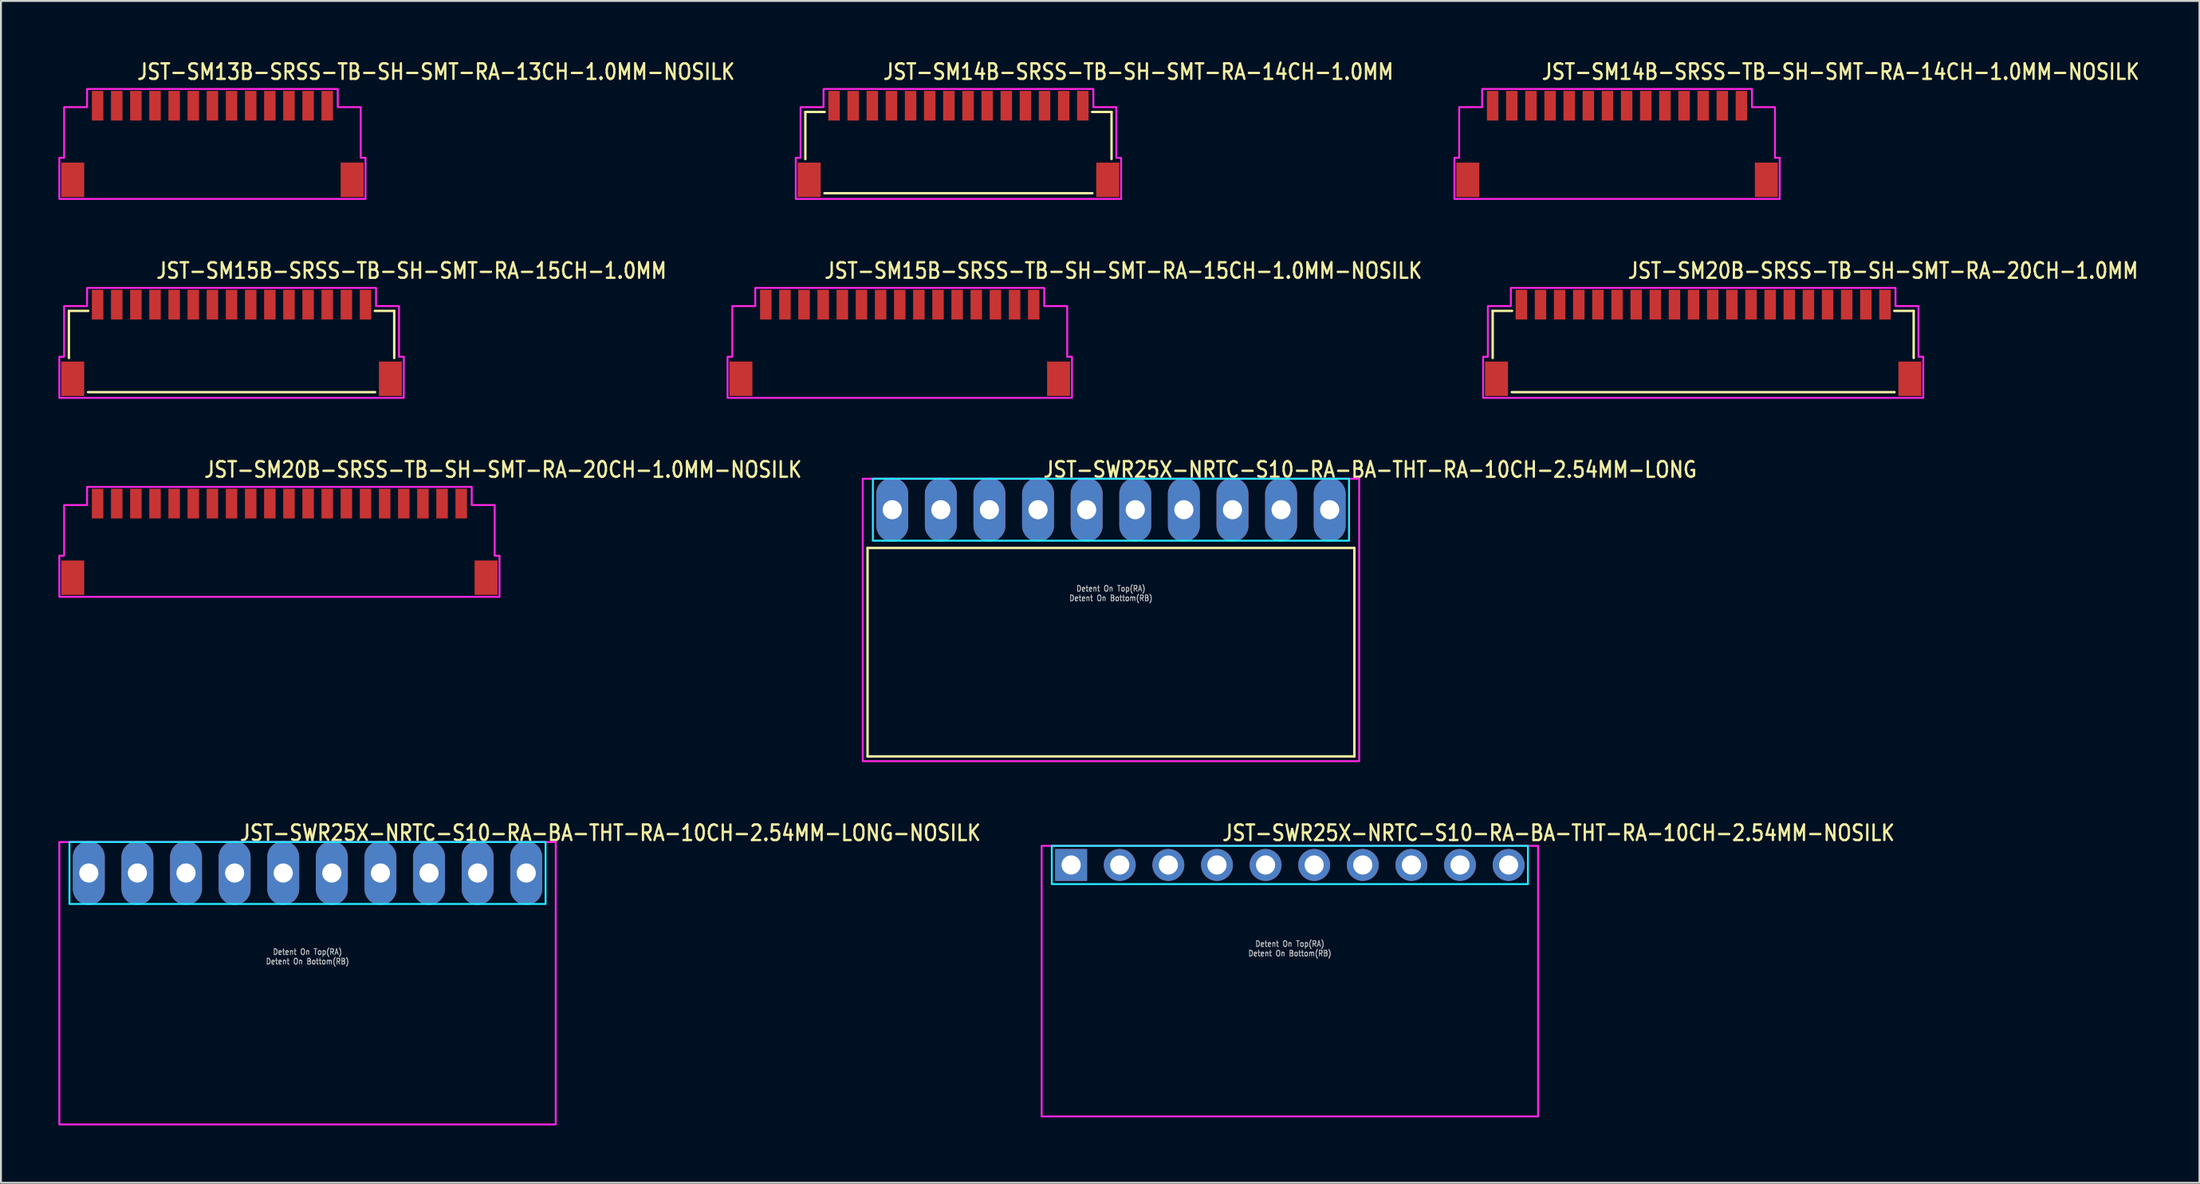
<source format=kicad_pcb>
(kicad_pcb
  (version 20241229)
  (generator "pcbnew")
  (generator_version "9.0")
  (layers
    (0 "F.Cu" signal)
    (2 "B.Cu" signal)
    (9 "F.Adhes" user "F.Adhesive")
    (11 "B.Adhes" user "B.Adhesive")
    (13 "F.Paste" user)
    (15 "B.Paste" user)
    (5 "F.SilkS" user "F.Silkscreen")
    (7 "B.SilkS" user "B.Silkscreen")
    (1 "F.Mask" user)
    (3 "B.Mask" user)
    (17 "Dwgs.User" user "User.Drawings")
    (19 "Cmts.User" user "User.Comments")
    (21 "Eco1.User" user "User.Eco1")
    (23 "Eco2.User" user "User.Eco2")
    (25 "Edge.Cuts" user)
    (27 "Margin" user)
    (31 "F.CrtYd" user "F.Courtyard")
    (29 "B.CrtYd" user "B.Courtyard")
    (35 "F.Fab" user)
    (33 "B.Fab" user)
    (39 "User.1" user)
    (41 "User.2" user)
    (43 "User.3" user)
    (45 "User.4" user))
  (footprint "JST-SM20B-SRSS-TB-SH-SMT-RA-20CH-1.0MM"
    (layer "F.Cu")
    (at 85.949 14.882)
    (property "Reference" "JST-SM20B-SRSS-TB-SH-SMT-RA-20CH-1.0MM" (at -4 -3.3 0) (unlocked yes) (layer "F.SilkS") (effects (font (size 0.813 0.695) (thickness 0.122)) (justify left bottom)))
    (fp_line (start -11 -1.675) (end -9.986 -1.675) (stroke (width 0.127) (type solid)) (layer "F.SilkS"))
    (fp_line (start -11 0.788) (end -11 -1.675) (stroke (width 0.127) (type solid)) (layer "F.SilkS"))
    (fp_line (start -10 2.575) (end 10 2.575) (stroke (width 0.127) (type solid)) (layer "F.SilkS"))
    (fp_line (start 9.986 -1.675) (end 11 -1.675) (stroke (width 0.127) (type solid)) (layer "F.SilkS"))
    (fp_line (start 11 -1.675) (end 11 0.788) (stroke (width 0.127) (type solid)) (layer "F.SilkS"))
    (fp_poly (pts (xy -11.5 2.875) (xy -11.5 0.725) (xy -11.25 0.725) (xy -11.25 -1.925) (xy -10.05 -1.925) (xy -10.05 -2.875) (xy 10.05 -2.875) (xy 10.05 -1.925) (xy 11.25 -1.925) (xy 11.25 0.725) (xy 11.5 0.725) (xy 11.5 2.875)) (stroke (width 0.1) (type solid)) (fill no) (layer "F.CrtYd"))
    (pad "1" smd rect (at -9.5 -2) (size 0.6 1.55) (layers "F.Cu" "F.Mask" "F.Paste"))
    (pad "2" smd rect (at -8.5 -2) (size 0.6 1.55) (layers "F.Cu" "F.Mask" "F.Paste"))
    (pad "3" smd rect (at -7.5 -2) (size 0.6 1.55) (layers "F.Cu" "F.Mask" "F.Paste"))
    (pad "4" smd rect (at -6.5 -2) (size 0.6 1.55) (layers "F.Cu" "F.Mask" "F.Paste"))
    (pad "5" smd rect (at -5.5 -2) (size 0.6 1.55) (layers "F.Cu" "F.Mask" "F.Paste"))
    (pad "6" smd rect (at -4.5 -2) (size 0.6 1.55) (layers "F.Cu" "F.Mask" "F.Paste"))
    (pad "7" smd rect (at -3.5 -2) (size 0.6 1.55) (layers "F.Cu" "F.Mask" "F.Paste"))
    (pad "8" smd rect (at -2.5 -2) (size 0.6 1.55) (layers "F.Cu" "F.Mask" "F.Paste"))
    (pad "9" smd rect (at -1.5 -2) (size 0.6 1.55) (layers "F.Cu" "F.Mask" "F.Paste"))
    (pad "10" smd rect (at -0.5 -2) (size 0.6 1.55) (layers "F.Cu" "F.Mask" "F.Paste"))
    (pad "11" smd rect (at 0.5 -2) (size 0.6 1.55) (layers "F.Cu" "F.Mask" "F.Paste"))
    (pad "12" smd rect (at 1.5 -2) (size 0.6 1.55) (layers "F.Cu" "F.Mask" "F.Paste"))
    (pad "13" smd rect (at 2.5 -2) (size 0.6 1.55) (layers "F.Cu" "F.Mask" "F.Paste"))
    (pad "14" smd rect (at 3.5 -2) (size 0.6 1.55) (layers "F.Cu" "F.Mask" "F.Paste"))
    (pad "15" smd rect (at 4.5 -2) (size 0.6 1.55) (layers "F.Cu" "F.Mask" "F.Paste"))
    (pad "16" smd rect (at 5.5 -2) (size 0.6 1.55) (layers "F.Cu" "F.Mask" "F.Paste"))
    (pad "17" smd rect (at 6.5 -2) (size 0.6 1.55) (layers "F.Cu" "F.Mask" "F.Paste"))
    (pad "18" smd rect (at 7.5 -2) (size 0.6 1.55) (layers "F.Cu" "F.Mask" "F.Paste"))
    (pad "19" smd rect (at 8.5 -2) (size 0.6 1.55) (layers "F.Cu" "F.Mask" "F.Paste"))
    (pad "20" smd rect (at 9.5 -2) (size 0.6 1.55) (layers "F.Cu" "F.Mask" "F.Paste"))
    (pad "S_15" smd rect (at -10.8 1.875) (size 1.2 1.8) (layers "F.Cu" "F.Mask" "F.Paste"))
    (pad "S_16" smd rect (at 10.8 1.875) (size 1.2 1.8) (layers "F.Cu" "F.Mask" "F.Paste")))
  (footprint "JST-SM14B-SRSS-TB-SH-SMT-RA-14CH-1.0MM-NOSILK"
    (layer "F.Cu")
    (at 81.449 4.479)
    (property "Reference" "JST-SM14B-SRSS-TB-SH-SMT-RA-14CH-1.0MM-NOSILK" (at -4 -3.3 0) (unlocked yes) (layer "F.SilkS") (effects (font (size 0.813 0.695) (thickness 0.122)) (justify left bottom)))
    (fp_poly (pts (xy -8.5 2.875) (xy -8.5 0.725) (xy -8.25 0.725) (xy -8.25 -1.925) (xy -7.05 -1.925) (xy -7.05 -2.875) (xy 7.05 -2.875) (xy 7.05 -1.925) (xy 8.25 -1.925) (xy 8.25 0.725) (xy 8.5 0.725) (xy 8.5 2.875)) (stroke (width 0.1) (type solid)) (fill no) (layer "F.CrtYd"))
    (pad "1" smd rect (at -6.5 -2) (size 0.6 1.55) (layers "F.Cu" "F.Mask" "F.Paste"))
    (pad "2" smd rect (at -5.5 -2) (size 0.6 1.55) (layers "F.Cu" "F.Mask" "F.Paste"))
    (pad "3" smd rect (at -4.5 -2) (size 0.6 1.55) (layers "F.Cu" "F.Mask" "F.Paste"))
    (pad "4" smd rect (at -3.5 -2) (size 0.6 1.55) (layers "F.Cu" "F.Mask" "F.Paste"))
    (pad "5" smd rect (at -2.5 -2) (size 0.6 1.55) (layers "F.Cu" "F.Mask" "F.Paste"))
    (pad "6" smd rect (at -1.5 -2) (size 0.6 1.55) (layers "F.Cu" "F.Mask" "F.Paste"))
    (pad "7" smd rect (at -0.5 -2) (size 0.6 1.55) (layers "F.Cu" "F.Mask" "F.Paste"))
    (pad "8" smd rect (at 0.5 -2) (size 0.6 1.55) (layers "F.Cu" "F.Mask" "F.Paste"))
    (pad "9" smd rect (at 1.5 -2) (size 0.6 1.55) (layers "F.Cu" "F.Mask" "F.Paste"))
    (pad "10" smd rect (at 2.5 -2) (size 0.6 1.55) (layers "F.Cu" "F.Mask" "F.Paste"))
    (pad "11" smd rect (at 3.5 -2) (size 0.6 1.55) (layers "F.Cu" "F.Mask" "F.Paste"))
    (pad "12" smd rect (at 4.5 -2) (size 0.6 1.55) (layers "F.Cu" "F.Mask" "F.Paste"))
    (pad "13" smd rect (at 5.5 -2) (size 0.6 1.55) (layers "F.Cu" "F.Mask" "F.Paste"))
    (pad "14" smd rect (at 6.5 -2) (size 0.6 1.55) (layers "F.Cu" "F.Mask" "F.Paste"))
    (pad "S_14" smd rect (at -7.8 1.875) (size 1.2 1.8) (layers "F.Cu" "F.Mask" "F.Paste"))
    (pad "S_15" smd rect (at 7.8 1.875) (size 1.2 1.8) (layers "F.Cu" "F.Mask" "F.Paste")))
  (footprint "JST-SM20B-SRSS-TB-SH-SMT-RA-20CH-1.0MM-NOSILK"
    (layer "F.Cu")
    (at 11.55 25.286)
    (property "Reference" "JST-SM20B-SRSS-TB-SH-SMT-RA-20CH-1.0MM-NOSILK" (at -4 -3.3 0) (unlocked yes) (layer "F.SilkS") (effects (font (size 0.813 0.695) (thickness 0.122)) (justify left bottom)))
    (fp_poly (pts (xy -11.5 2.875) (xy -11.5 0.725) (xy -11.25 0.725) (xy -11.25 -1.925) (xy -10.05 -1.925) (xy -10.05 -2.875) (xy 10.05 -2.875) (xy 10.05 -1.925) (xy 11.25 -1.925) (xy 11.25 0.725) (xy 11.5 0.725) (xy 11.5 2.875)) (stroke (width 0.1) (type solid)) (fill no) (layer "F.CrtYd"))
    (pad "1" smd rect (at -9.5 -2) (size 0.6 1.55) (layers "F.Cu" "F.Mask" "F.Paste"))
    (pad "2" smd rect (at -8.5 -2) (size 0.6 1.55) (layers "F.Cu" "F.Mask" "F.Paste"))
    (pad "3" smd rect (at -7.5 -2) (size 0.6 1.55) (layers "F.Cu" "F.Mask" "F.Paste"))
    (pad "4" smd rect (at -6.5 -2) (size 0.6 1.55) (layers "F.Cu" "F.Mask" "F.Paste"))
    (pad "5" smd rect (at -5.5 -2) (size 0.6 1.55) (layers "F.Cu" "F.Mask" "F.Paste"))
    (pad "6" smd rect (at -4.5 -2) (size 0.6 1.55) (layers "F.Cu" "F.Mask" "F.Paste"))
    (pad "7" smd rect (at -3.5 -2) (size 0.6 1.55) (layers "F.Cu" "F.Mask" "F.Paste"))
    (pad "8" smd rect (at -2.5 -2) (size 0.6 1.55) (layers "F.Cu" "F.Mask" "F.Paste"))
    (pad "9" smd rect (at -1.5 -2) (size 0.6 1.55) (layers "F.Cu" "F.Mask" "F.Paste"))
    (pad "10" smd rect (at -0.5 -2) (size 0.6 1.55) (layers "F.Cu" "F.Mask" "F.Paste"))
    (pad "11" smd rect (at 0.5 -2) (size 0.6 1.55) (layers "F.Cu" "F.Mask" "F.Paste"))
    (pad "12" smd rect (at 1.5 -2) (size 0.6 1.55) (layers "F.Cu" "F.Mask" "F.Paste"))
    (pad "13" smd rect (at 2.5 -2) (size 0.6 1.55) (layers "F.Cu" "F.Mask" "F.Paste"))
    (pad "14" smd rect (at 3.5 -2) (size 0.6 1.55) (layers "F.Cu" "F.Mask" "F.Paste"))
    (pad "15" smd rect (at 4.5 -2) (size 0.6 1.55) (layers "F.Cu" "F.Mask" "F.Paste"))
    (pad "16" smd rect (at 5.5 -2) (size 0.6 1.55) (layers "F.Cu" "F.Mask" "F.Paste"))
    (pad "17" smd rect (at 6.5 -2) (size 0.6 1.55) (layers "F.Cu" "F.Mask" "F.Paste"))
    (pad "18" smd rect (at 7.5 -2) (size 0.6 1.55) (layers "F.Cu" "F.Mask" "F.Paste"))
    (pad "19" smd rect (at 8.5 -2) (size 0.6 1.55) (layers "F.Cu" "F.Mask" "F.Paste"))
    (pad "20" smd rect (at 9.5 -2) (size 0.6 1.55) (layers "F.Cu" "F.Mask" "F.Paste"))
    (pad "S_20" smd rect (at -10.8 1.875) (size 1.2 1.8) (layers "F.Cu" "F.Mask" "F.Paste"))
    (pad "S_21" smd rect (at 10.8 1.875) (size 1.2 1.8) (layers "F.Cu" "F.Mask" "F.Paste")))
  (footprint "JST-SM13B-SRSS-TB-SH-SMT-RA-13CH-1.0MM-NOSILK"
    (layer "F.Cu")
    (at 8.05 4.479)
    (property "Reference" "JST-SM13B-SRSS-TB-SH-SMT-RA-13CH-1.0MM-NOSILK" (at -4 -3.3 0) (unlocked yes) (layer "F.SilkS") (effects (font (size 0.813 0.695) (thickness 0.122)) (justify left bottom)))
    (fp_poly (pts (xy -8 2.875) (xy -8 0.725) (xy -7.75 0.725) (xy -7.75 -1.925) (xy -6.55 -1.925) (xy -6.55 -2.875) (xy 6.55 -2.875) (xy 6.55 -1.925) (xy 7.75 -1.925) (xy 7.75 0.725) (xy 8 0.725) (xy 8 2.875)) (stroke (width 0.1) (type solid)) (fill no) (layer "F.CrtYd"))
    (pad "1" smd rect (at -6 -2) (size 0.6 1.55) (layers "F.Cu" "F.Mask" "F.Paste"))
    (pad "2" smd rect (at -5 -2) (size 0.6 1.55) (layers "F.Cu" "F.Mask" "F.Paste"))
    (pad "3" smd rect (at -4 -2) (size 0.6 1.55) (layers "F.Cu" "F.Mask" "F.Paste"))
    (pad "4" smd rect (at -3 -2) (size 0.6 1.55) (layers "F.Cu" "F.Mask" "F.Paste"))
    (pad "5" smd rect (at -2 -2) (size 0.6 1.55) (layers "F.Cu" "F.Mask" "F.Paste"))
    (pad "6" smd rect (at -1 -2) (size 0.6 1.55) (layers "F.Cu" "F.Mask" "F.Paste"))
    (pad "7" smd rect (at 0 -2) (size 0.6 1.55) (layers "F.Cu" "F.Mask" "F.Paste"))
    (pad "8" smd rect (at 1 -2) (size 0.6 1.55) (layers "F.Cu" "F.Mask" "F.Paste"))
    (pad "9" smd rect (at 2 -2) (size 0.6 1.55) (layers "F.Cu" "F.Mask" "F.Paste"))
    (pad "10" smd rect (at 3 -2) (size 0.6 1.55) (layers "F.Cu" "F.Mask" "F.Paste"))
    (pad "11" smd rect (at 4 -2) (size 0.6 1.55) (layers "F.Cu" "F.Mask" "F.Paste"))
    (pad "12" smd rect (at 5 -2) (size 0.6 1.55) (layers "F.Cu" "F.Mask" "F.Paste"))
    (pad "13" smd rect (at 6 -2) (size 0.6 1.55) (layers "F.Cu" "F.Mask" "F.Paste"))
    (pad "S_13" smd rect (at -7.3 1.875) (size 1.2 1.8) (layers "F.Cu" "F.Mask" "F.Paste"))
    (pad "S_14" smd rect (at 7.3 1.875) (size 1.2 1.8) (layers "F.Cu" "F.Mask" "F.Paste")))
  (footprint "JST-SWR25X-NRTC-S10-RA-BA-THT-RA-10CH-2.54MM-LONG"
    (layer "F.Cu")
    (at 55.003 23.606)
    (property "Reference" "JST-SWR25X-NRTC-S10-RA-BA-THT-RA-10CH-2.54MM-LONG" (at -3.6 -1.62 0) (unlocked yes) (layer "F.SilkS") (effects (font (size 0.813 0.695) (thickness 0.122)) (justify left bottom)))
    (fp_line (start -12.72 2) (end 12.72 2) (stroke (width 0.127) (type solid)) (layer "F.SilkS"))
    (fp_line (start -12.72 12.9) (end -12.72 2) (stroke (width 0.127) (type solid)) (layer "F.SilkS"))
    (fp_line (start -12.72 12.9) (end 12.72 12.9) (stroke (width 0.127) (type solid)) (layer "F.SilkS"))
    (fp_line (start 12.72 2) (end 12.72 12.9) (stroke (width 0.127) (type solid)) (layer "F.SilkS"))
    (fp_poly (pts (xy -12.44 -1.62) (xy -12.44 1.62) (xy 12.44 1.62) (xy 12.44 -1.62)) (stroke (width 0.1) (type solid)) (fill no) (layer "B.CrtYd"))
    (fp_poly (pts (xy -12.97 -1.62) (xy -12.97 13.15) (xy 12.97 13.15) (xy 12.97 -1.62)) (stroke (width 0.1) (type solid)) (fill no) (layer "F.CrtYd"))
    (fp_text user "Detent On Bottom(RB)" (at 0 4.8 0) (unlocked yes) (layer "Dwgs.User") (effects (font (size 0.3 0.257) (thickness 0.045)) (justify bottom)))
    (fp_text user "Detent On Top(RA)" (at 0 4.3 0) (unlocked yes) (layer "Dwgs.User") (effects (font (size 0.3 0.257) (thickness 0.045)) (justify bottom)))
    (pad "1" thru_hole oval (at -11.43 0 90) (size 3.333 1.667) (drill 1) (layers "*.Cu" "*.Mask"))
    (pad "2" thru_hole oval (at -8.89 0 90) (size 3.333 1.667) (drill 1) (layers "*.Cu" "*.Mask"))
    (pad "3" thru_hole oval (at -6.35 0 90) (size 3.333 1.667) (drill 1) (layers "*.Cu" "*.Mask"))
    (pad "4" thru_hole oval (at -3.81 0 90) (size 3.333 1.667) (drill 1) (layers "*.Cu" "*.Mask"))
    (pad "5" thru_hole oval (at -1.27 0 90) (size 3.333 1.667) (drill 1) (layers "*.Cu" "*.Mask"))
    (pad "6" thru_hole oval (at 1.27 0 90) (size 3.333 1.667) (drill 1) (layers "*.Cu" "*.Mask"))
    (pad "7" thru_hole oval (at 3.81 0 90) (size 3.333 1.667) (drill 1) (layers "*.Cu" "*.Mask"))
    (pad "8" thru_hole oval (at 6.35 0 90) (size 3.333 1.667) (drill 1) (layers "*.Cu" "*.Mask"))
    (pad "9" thru_hole oval (at 8.89 0 90) (size 3.333 1.667) (drill 1) (layers "*.Cu" "*.Mask"))
    (pad "10" thru_hole oval (at 11.43 0 90) (size 3.333 1.667) (drill 1) (layers "*.Cu" "*.Mask")))
  (footprint "JST-SWR25X-NRTC-S10-RA-BA-THT-RA-10CH-2.54MM-LONG-NOSILK"
    (layer "F.Cu")
    (at 13.02 42.604)
    (property "Reference" "JST-SWR25X-NRTC-S10-RA-BA-THT-RA-10CH-2.54MM-LONG-NOSILK" (at -3.6 -1.62 0) (unlocked yes) (layer "F.SilkS") (effects (font (size 0.813 0.695) (thickness 0.122)) (justify left bottom)))
    (fp_poly (pts (xy -12.44 -1.62) (xy -12.44 1.62) (xy 12.44 1.62) (xy 12.44 -1.62)) (stroke (width 0.1) (type solid)) (fill no) (layer "B.CrtYd"))
    (fp_poly (pts (xy -12.97 -1.62) (xy -12.97 13.15) (xy 12.97 13.15) (xy 12.97 -1.62)) (stroke (width 0.1) (type solid)) (fill no) (layer "F.CrtYd"))
    (fp_text user "Detent On Bottom(RB)" (at 0 4.8 0) (unlocked yes) (layer "Dwgs.User") (effects (font (size 0.3 0.257) (thickness 0.045)) (justify bottom)))
    (fp_text user "Detent On Top(RA)" (at 0 4.3 0) (unlocked yes) (layer "Dwgs.User") (effects (font (size 0.3 0.257) (thickness 0.045)) (justify bottom)))
    (pad "1" thru_hole oval (at -11.43 0 90) (size 3.333 1.667) (drill 1) (layers "*.Cu" "*.Mask"))
    (pad "2" thru_hole oval (at -8.89 0 90) (size 3.333 1.667) (drill 1) (layers "*.Cu" "*.Mask"))
    (pad "3" thru_hole oval (at -6.35 0 90) (size 3.333 1.667) (drill 1) (layers "*.Cu" "*.Mask"))
    (pad "4" thru_hole oval (at -3.81 0 90) (size 3.333 1.667) (drill 1) (layers "*.Cu" "*.Mask"))
    (pad "5" thru_hole oval (at -1.27 0 90) (size 3.333 1.667) (drill 1) (layers "*.Cu" "*.Mask"))
    (pad "6" thru_hole oval (at 1.27 0 90) (size 3.333 1.667) (drill 1) (layers "*.Cu" "*.Mask"))
    (pad "7" thru_hole oval (at 3.81 0 90) (size 3.333 1.667) (drill 1) (layers "*.Cu" "*.Mask"))
    (pad "8" thru_hole oval (at 6.35 0 90) (size 3.333 1.667) (drill 1) (layers "*.Cu" "*.Mask"))
    (pad "9" thru_hole oval (at 8.89 0 90) (size 3.333 1.667) (drill 1) (layers "*.Cu" "*.Mask"))
    (pad "10" thru_hole oval (at 11.43 0 90) (size 3.333 1.667) (drill 1) (layers "*.Cu" "*.Mask")))
  (footprint "JST-SWR25X-NRTC-S10-RA-BA-THT-RA-10CH-2.54MM-NOSILK"
    (layer "F.Cu")
    (at 64.352 42.184)
    (property "Reference" "JST-SWR25X-NRTC-S10-RA-BA-THT-RA-10CH-2.54MM-NOSILK" (at -3.6 -1.2 0) (unlocked yes) (layer "F.SilkS") (effects (font (size 0.813 0.695) (thickness 0.122)) (justify left bottom)))
    (fp_poly (pts (xy -12.44 -1) (xy -12.44 1) (xy 12.44 1) (xy 12.44 -1)) (stroke (width 0.1) (type solid)) (fill no) (layer "B.CrtYd"))
    (fp_poly (pts (xy -12.97 -1) (xy -12.97 13.15) (xy 12.97 13.15) (xy 12.97 -1)) (stroke (width 0.1) (type solid)) (fill no) (layer "F.CrtYd"))
    (fp_text user "Detent On Top(RA)" (at 0 4.3 0) (unlocked yes) (layer "Dwgs.User") (effects (font (size 0.3 0.257) (thickness 0.045)) (justify bottom)))
    (fp_text user "Detent On Bottom(RB)" (at 0 4.8 0) (unlocked yes) (layer "Dwgs.User") (effects (font (size 0.3 0.257) (thickness 0.045)) (justify bottom)))
    (pad "1" thru_hole rect (at -11.43 0) (size 1.667 1.667) (drill 1) (layers "*.Cu" "*.Mask"))
    (pad "2" thru_hole oval (at -8.89 0) (size 1.667 1.667) (drill 1) (layers "*.Cu" "*.Mask"))
    (pad "3" thru_hole oval (at -6.35 0) (size 1.667 1.667) (drill 1) (layers "*.Cu" "*.Mask"))
    (pad "4" thru_hole oval (at -3.81 0) (size 1.667 1.667) (drill 1) (layers "*.Cu" "*.Mask"))
    (pad "5" thru_hole oval (at -1.27 0) (size 1.667 1.667) (drill 1) (layers "*.Cu" "*.Mask"))
    (pad "6" thru_hole oval (at 1.27 0) (size 1.667 1.667) (drill 1) (layers "*.Cu" "*.Mask"))
    (pad "7" thru_hole oval (at 3.81 0) (size 1.667 1.667) (drill 1) (layers "*.Cu" "*.Mask"))
    (pad "8" thru_hole oval (at 6.35 0) (size 1.667 1.667) (drill 1) (layers "*.Cu" "*.Mask"))
    (pad "9" thru_hole oval (at 8.89 0) (size 1.667 1.667) (drill 1) (layers "*.Cu" "*.Mask"))
    (pad "10" thru_hole oval (at 11.43 0) (size 1.667 1.667) (drill 1) (layers "*.Cu" "*.Mask")))
  (footprint "JST-SM14B-SRSS-TB-SH-SMT-RA-14CH-1.0MM"
    (layer "F.Cu")
    (at 47.033 4.479)
    (property "Reference" "JST-SM14B-SRSS-TB-SH-SMT-RA-14CH-1.0MM" (at -4 -3.3 0) (unlocked yes) (layer "F.SilkS") (effects (font (size 0.813 0.695) (thickness 0.122)) (justify left bottom)))
    (fp_line (start -8 -1.675) (end -6.987 -1.675) (stroke (width 0.127) (type solid)) (layer "F.SilkS"))
    (fp_line (start -8 0.788) (end -8 -1.675) (stroke (width 0.127) (type solid)) (layer "F.SilkS"))
    (fp_line (start -7 2.575) (end 7 2.575) (stroke (width 0.127) (type solid)) (layer "F.SilkS"))
    (fp_line (start 6.987 -1.675) (end 8 -1.675) (stroke (width 0.127) (type solid)) (layer "F.SilkS"))
    (fp_line (start 8 -1.675) (end 8 0.788) (stroke (width 0.127) (type solid)) (layer "F.SilkS"))
    (fp_poly (pts (xy -8.5 2.875) (xy -8.5 0.725) (xy -8.25 0.725) (xy -8.25 -1.925) (xy -7.05 -1.925) (xy -7.05 -2.875) (xy 7.05 -2.875) (xy 7.05 -1.925) (xy 8.25 -1.925) (xy 8.25 0.725) (xy 8.5 0.725) (xy 8.5 2.875)) (stroke (width 0.1) (type solid)) (fill no) (layer "F.CrtYd"))
    (pad "1" smd rect (at -6.5 -2) (size 0.6 1.55) (layers "F.Cu" "F.Mask" "F.Paste"))
    (pad "2" smd rect (at -5.5 -2) (size 0.6 1.55) (layers "F.Cu" "F.Mask" "F.Paste"))
    (pad "3" smd rect (at -4.5 -2) (size 0.6 1.55) (layers "F.Cu" "F.Mask" "F.Paste"))
    (pad "4" smd rect (at -3.5 -2) (size 0.6 1.55) (layers "F.Cu" "F.Mask" "F.Paste"))
    (pad "5" smd rect (at -2.5 -2) (size 0.6 1.55) (layers "F.Cu" "F.Mask" "F.Paste"))
    (pad "6" smd rect (at -1.5 -2) (size 0.6 1.55) (layers "F.Cu" "F.Mask" "F.Paste"))
    (pad "7" smd rect (at -0.5 -2) (size 0.6 1.55) (layers "F.Cu" "F.Mask" "F.Paste"))
    (pad "8" smd rect (at 0.5 -2) (size 0.6 1.55) (layers "F.Cu" "F.Mask" "F.Paste"))
    (pad "9" smd rect (at 1.5 -2) (size 0.6 1.55) (layers "F.Cu" "F.Mask" "F.Paste"))
    (pad "10" smd rect (at 2.5 -2) (size 0.6 1.55) (layers "F.Cu" "F.Mask" "F.Paste"))
    (pad "11" smd rect (at 3.5 -2) (size 0.6 1.55) (layers "F.Cu" "F.Mask" "F.Paste"))
    (pad "12" smd rect (at 4.5 -2) (size 0.6 1.55) (layers "F.Cu" "F.Mask" "F.Paste"))
    (pad "13" smd rect (at 5.5 -2) (size 0.6 1.55) (layers "F.Cu" "F.Mask" "F.Paste"))
    (pad "14" smd rect (at 6.5 -2) (size 0.6 1.55) (layers "F.Cu" "F.Mask" "F.Paste"))
    (pad "S_13" smd rect (at -7.8 1.875) (size 1.2 1.8) (layers "F.Cu" "F.Mask" "F.Paste"))
    (pad "S_14" smd rect (at 7.8 1.875) (size 1.2 1.8) (layers "F.Cu" "F.Mask" "F.Paste")))
  (footprint "JST-SM15B-SRSS-TB-SH-SMT-RA-15CH-1.0MM"
    (layer "F.Cu")
    (at 9.05 14.882)
    (property "Reference" "JST-SM15B-SRSS-TB-SH-SMT-RA-15CH-1.0MM" (at -4 -3.3 0) (unlocked yes) (layer "F.SilkS") (effects (font (size 0.813 0.695) (thickness 0.122)) (justify left bottom)))
    (fp_line (start -8.5 -1.675) (end -7.487 -1.675) (stroke (width 0.127) (type solid)) (layer "F.SilkS"))
    (fp_line (start -8.5 0.788) (end -8.5 -1.675) (stroke (width 0.127) (type solid)) (layer "F.SilkS"))
    (fp_line (start -7.5 2.575) (end 7.5 2.575) (stroke (width 0.127) (type solid)) (layer "F.SilkS"))
    (fp_line (start 7.487 -1.675) (end 8.5 -1.675) (stroke (width 0.127) (type solid)) (layer "F.SilkS"))
    (fp_line (start 8.5 -1.675) (end 8.5 0.788) (stroke (width 0.127) (type solid)) (layer "F.SilkS"))
    (fp_poly (pts (xy -9 2.875) (xy -9 0.725) (xy -8.75 0.725) (xy -8.75 -1.925) (xy -7.55 -1.925) (xy -7.55 -2.875) (xy 7.55 -2.875) (xy 7.55 -1.925) (xy 8.75 -1.925) (xy 8.75 0.725) (xy 9 0.725) (xy 9 2.875)) (stroke (width 0.1) (type solid)) (fill no) (layer "F.CrtYd"))
    (pad "1" smd rect (at -7 -2) (size 0.6 1.55) (layers "F.Cu" "F.Mask" "F.Paste"))
    (pad "2" smd rect (at -6 -2) (size 0.6 1.55) (layers "F.Cu" "F.Mask" "F.Paste"))
    (pad "3" smd rect (at -5 -2) (size 0.6 1.55) (layers "F.Cu" "F.Mask" "F.Paste"))
    (pad "4" smd rect (at -4 -2) (size 0.6 1.55) (layers "F.Cu" "F.Mask" "F.Paste"))
    (pad "5" smd rect (at -3 -2) (size 0.6 1.55) (layers "F.Cu" "F.Mask" "F.Paste"))
    (pad "6" smd rect (at -2 -2) (size 0.6 1.55) (layers "F.Cu" "F.Mask" "F.Paste"))
    (pad "7" smd rect (at -1 -2) (size 0.6 1.55) (layers "F.Cu" "F.Mask" "F.Paste"))
    (pad "8" smd rect (at 0 -2) (size 0.6 1.55) (layers "F.Cu" "F.Mask" "F.Paste"))
    (pad "9" smd rect (at 1 -2) (size 0.6 1.55) (layers "F.Cu" "F.Mask" "F.Paste"))
    (pad "10" smd rect (at 2 -2) (size 0.6 1.55) (layers "F.Cu" "F.Mask" "F.Paste"))
    (pad "11" smd rect (at 3 -2) (size 0.6 1.55) (layers "F.Cu" "F.Mask" "F.Paste"))
    (pad "12" smd rect (at 4 -2) (size 0.6 1.55) (layers "F.Cu" "F.Mask" "F.Paste"))
    (pad "13" smd rect (at 5 -2) (size 0.6 1.55) (layers "F.Cu" "F.Mask" "F.Paste"))
    (pad "14" smd rect (at 6 -2) (size 0.6 1.55) (layers "F.Cu" "F.Mask" "F.Paste"))
    (pad "15" smd rect (at 7 -2) (size 0.6 1.55) (layers "F.Cu" "F.Mask" "F.Paste"))
    (pad "S_14" smd rect (at -8.3 1.875) (size 1.2 1.8) (layers "F.Cu" "F.Mask" "F.Paste"))
    (pad "S_15" smd rect (at 8.3 1.875) (size 1.2 1.8) (layers "F.Cu" "F.Mask" "F.Paste")))
  (footprint "JST-SM15B-SRSS-TB-SH-SMT-RA-15CH-1.0MM-NOSILK"
    (layer "F.Cu")
    (at 43.966 14.882)
    (property "Reference" "JST-SM15B-SRSS-TB-SH-SMT-RA-15CH-1.0MM-NOSILK" (at -4 -3.3 0) (unlocked yes) (layer "F.SilkS") (effects (font (size 0.813 0.695) (thickness 0.122)) (justify left bottom)))
    (fp_poly (pts (xy -9 2.875) (xy -9 0.725) (xy -8.75 0.725) (xy -8.75 -1.925) (xy -7.55 -1.925) (xy -7.55 -2.875) (xy 7.55 -2.875) (xy 7.55 -1.925) (xy 8.75 -1.925) (xy 8.75 0.725) (xy 9 0.725) (xy 9 2.875)) (stroke (width 0.1) (type solid)) (fill no) (layer "F.CrtYd"))
    (pad "1" smd rect (at -7 -2) (size 0.6 1.55) (layers "F.Cu" "F.Mask" "F.Paste"))
    (pad "2" smd rect (at -6 -2) (size 0.6 1.55) (layers "F.Cu" "F.Mask" "F.Paste"))
    (pad "3" smd rect (at -5 -2) (size 0.6 1.55) (layers "F.Cu" "F.Mask" "F.Paste"))
    (pad "4" smd rect (at -4 -2) (size 0.6 1.55) (layers "F.Cu" "F.Mask" "F.Paste"))
    (pad "5" smd rect (at -3 -2) (size 0.6 1.55) (layers "F.Cu" "F.Mask" "F.Paste"))
    (pad "6" smd rect (at -2 -2) (size 0.6 1.55) (layers "F.Cu" "F.Mask" "F.Paste"))
    (pad "7" smd rect (at -1 -2) (size 0.6 1.55) (layers "F.Cu" "F.Mask" "F.Paste"))
    (pad "8" smd rect (at 0 -2) (size 0.6 1.55) (layers "F.Cu" "F.Mask" "F.Paste"))
    (pad "9" smd rect (at 1 -2) (size 0.6 1.55) (layers "F.Cu" "F.Mask" "F.Paste"))
    (pad "10" smd rect (at 2 -2) (size 0.6 1.55) (layers "F.Cu" "F.Mask" "F.Paste"))
    (pad "11" smd rect (at 3 -2) (size 0.6 1.55) (layers "F.Cu" "F.Mask" "F.Paste"))
    (pad "12" smd rect (at 4 -2) (size 0.6 1.55) (layers "F.Cu" "F.Mask" "F.Paste"))
    (pad "13" smd rect (at 5 -2) (size 0.6 1.55) (layers "F.Cu" "F.Mask" "F.Paste"))
    (pad "14" smd rect (at 6 -2) (size 0.6 1.55) (layers "F.Cu" "F.Mask" "F.Paste"))
    (pad "15" smd rect (at 7 -2) (size 0.6 1.55) (layers "F.Cu" "F.Mask" "F.Paste"))
    (pad "S_15" smd rect (at -8.3 1.875) (size 1.2 1.8) (layers "F.Cu" "F.Mask" "F.Paste"))
    (pad "S_16" smd rect (at 8.3 1.875) (size 1.2 1.8) (layers "F.Cu" "F.Mask" "F.Paste")))
  (gr_rect
    (start -3 -3)
    (end 111.882 58.804)
    (stroke (width 0.1) (type default))
    (fill no)
    (layer "Edge.Cuts")))
</source>
